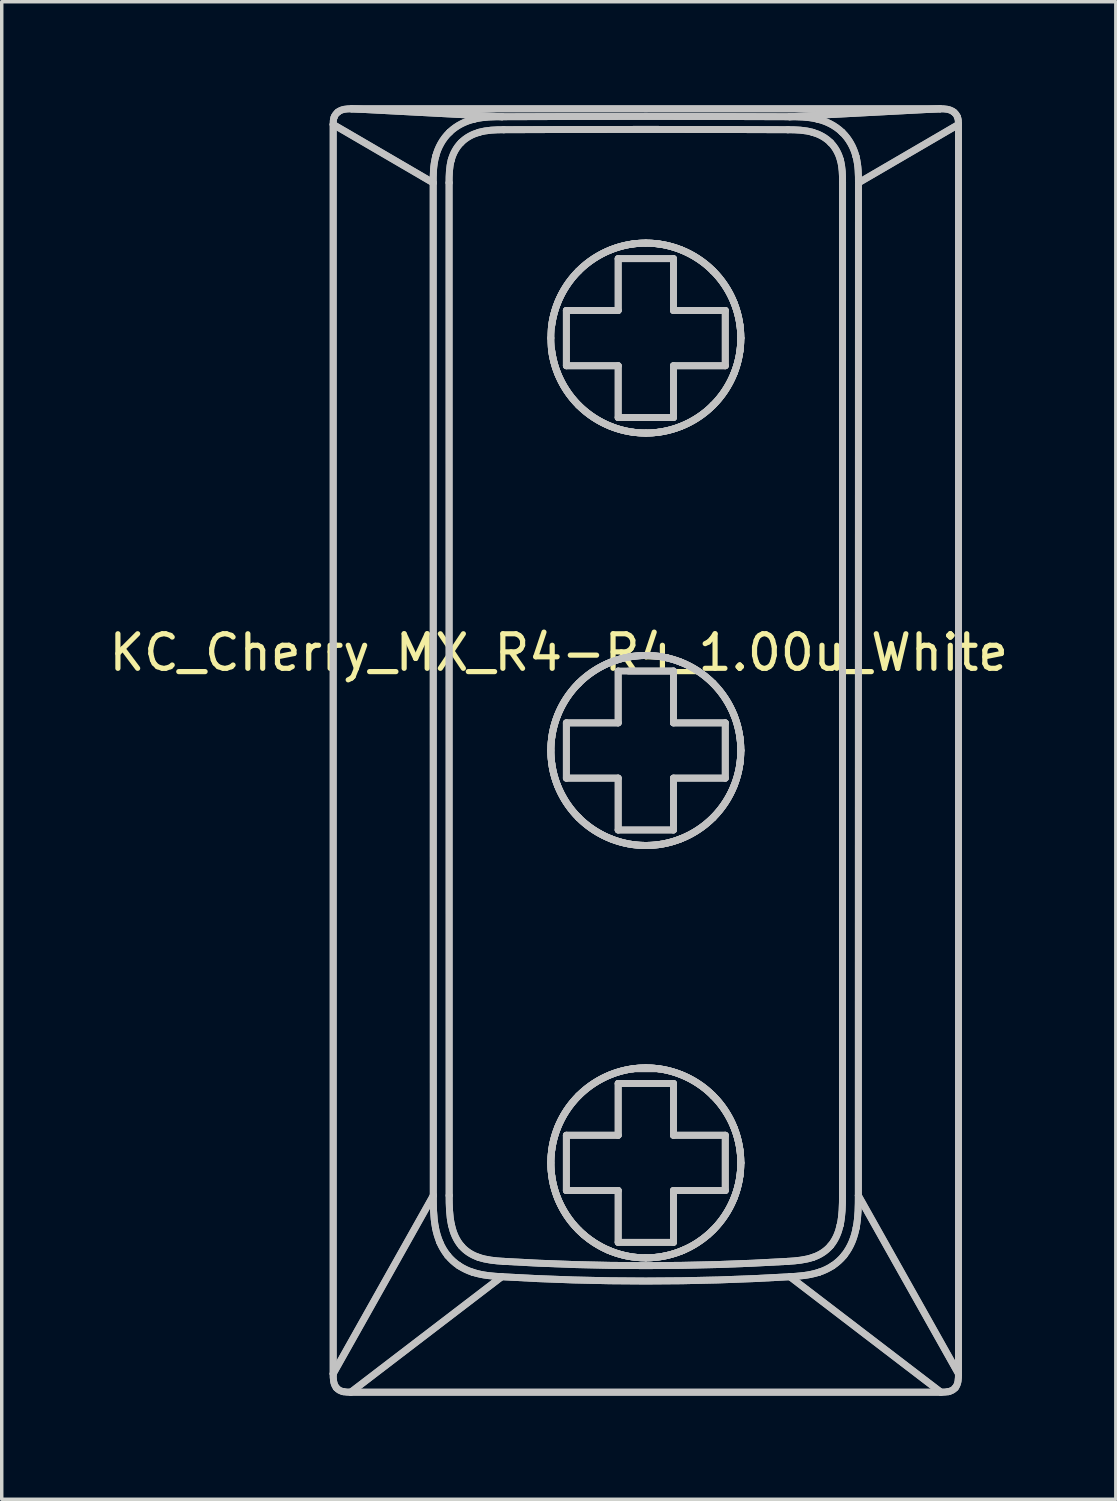
<source format=kicad_pcb>
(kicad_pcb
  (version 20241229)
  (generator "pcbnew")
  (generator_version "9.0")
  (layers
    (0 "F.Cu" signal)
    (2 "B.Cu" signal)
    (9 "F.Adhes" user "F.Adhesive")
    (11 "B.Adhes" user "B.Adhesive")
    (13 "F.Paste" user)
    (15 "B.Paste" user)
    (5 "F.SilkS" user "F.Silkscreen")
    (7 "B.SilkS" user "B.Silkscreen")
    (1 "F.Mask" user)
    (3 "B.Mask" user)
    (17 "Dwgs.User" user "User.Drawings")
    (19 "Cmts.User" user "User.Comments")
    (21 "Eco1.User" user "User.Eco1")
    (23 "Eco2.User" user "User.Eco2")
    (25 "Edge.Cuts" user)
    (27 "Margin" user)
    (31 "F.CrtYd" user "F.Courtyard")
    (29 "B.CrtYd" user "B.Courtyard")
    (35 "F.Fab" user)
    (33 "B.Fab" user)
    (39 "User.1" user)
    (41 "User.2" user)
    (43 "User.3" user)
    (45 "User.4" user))
  (footprint "KC_Cherry_MX_R4-R4_1.00u_White"
    (layer "F.Cu")
    (at 15.665 18.635)
    (property "Reference" "KC_Cherry_MX_R4-R4_1.00u_White" (at -2.54 -2.794 0) (layer "F.SilkS") (effects (font (size 1 1) (thickness 0.15))))
    (attr allow_missing_courtyard)
    (fp_line (start -9.07 -18.082) (end -9.07 18.081) (stroke (width 0.2) (type default)) (layer "Dwgs.User"))
    (fp_line (start -9.07 -18.082) (end -9.07 18.081) (stroke (width 0.2) (type default)) (layer "Dwgs.User"))
    (fp_line (start -9.07 -18.082) (end -6.175 -16.393) (stroke (width 0.2) (type default)) (layer "Dwgs.User"))
    (fp_line (start -9.07 -18.082) (end -6.175 -16.393) (stroke (width 0.2) (type default)) (layer "Dwgs.User"))
    (fp_line (start -9.07 18.081) (end -6.172 12.923) (stroke (width 0.2) (type default)) (layer "Dwgs.User"))
    (fp_line (start -9.07 18.081) (end -6.172 12.923) (stroke (width 0.2) (type default)) (layer "Dwgs.User"))
    (fp_line (start -8.56 18.615) (end -4.192 15.273) (stroke (width 0.2) (type default)) (layer "Dwgs.User"))
    (fp_line (start -8.56 18.615) (end -4.192 15.273) (stroke (width 0.2) (type default)) (layer "Dwgs.User"))
    (fp_line (start -8.56 18.615) (end 8.52 18.615) (stroke (width 0.2) (type default)) (layer "Dwgs.User"))
    (fp_line (start -8.56 18.615) (end 8.52 18.615) (stroke (width 0.2) (type default)) (layer "Dwgs.User"))
    (fp_line (start -8.539 -18.535) (end -4.181 -18.306) (stroke (width 0.2) (type default)) (layer "Dwgs.User"))
    (fp_line (start -8.539 -18.535) (end -4.181 -18.306) (stroke (width 0.2) (type default)) (layer "Dwgs.User"))
    (fp_line (start -6.172 12.923) (end -6.175 -16.393) (stroke (width 0.2) (type default)) (layer "Dwgs.User"))
    (fp_line (start -6.172 12.923) (end -6.175 -16.393) (stroke (width 0.2) (type default)) (layer "Dwgs.User"))
    (fp_line (start -5.713 12.921) (end -5.715 -16.395) (stroke (width 0.2) (type default)) (layer "Dwgs.User"))
    (fp_line (start -5.713 12.921) (end -5.715 -16.395) (stroke (width 0.2) (type default)) (layer "Dwgs.User"))
    (fp_line (start -2.32 -12.698) (end -0.82 -12.698) (stroke (width 0.2) (type default)) (layer "Dwgs.User"))
    (fp_line (start -2.32 -12.698) (end -0.82 -12.698) (stroke (width 0.2) (type default)) (layer "Dwgs.User"))
    (fp_line (start -2.32 -11.098) (end -2.32 -12.698) (stroke (width 0.2) (type default)) (layer "Dwgs.User"))
    (fp_line (start -2.32 -11.098) (end -2.32 -12.698) (stroke (width 0.2) (type default)) (layer "Dwgs.User"))
    (fp_line (start -2.32 -0.76) (end -0.82 -0.76) (stroke (width 0.2) (type default)) (layer "Dwgs.User"))
    (fp_line (start -2.32 -0.76) (end -0.82 -0.76) (stroke (width 0.2) (type default)) (layer "Dwgs.User"))
    (fp_line (start -2.32 0.84) (end -2.32 -0.76) (stroke (width 0.2) (type default)) (layer "Dwgs.User"))
    (fp_line (start -2.32 0.84) (end -2.32 -0.76) (stroke (width 0.2) (type default)) (layer "Dwgs.User"))
    (fp_line (start -2.32 11.178) (end -0.82 11.178) (stroke (width 0.2) (type default)) (layer "Dwgs.User"))
    (fp_line (start -2.32 11.178) (end -0.82 11.178) (stroke (width 0.2) (type default)) (layer "Dwgs.User"))
    (fp_line (start -2.32 12.778) (end -2.32 11.178) (stroke (width 0.2) (type default)) (layer "Dwgs.User"))
    (fp_line (start -2.32 12.778) (end -2.32 11.178) (stroke (width 0.2) (type default)) (layer "Dwgs.User"))
    (fp_line (start -0.82 -14.198) (end 0.78 -14.198) (stroke (width 0.2) (type default)) (layer "Dwgs.User"))
    (fp_line (start -0.82 -14.198) (end 0.78 -14.198) (stroke (width 0.2) (type default)) (layer "Dwgs.User"))
    (fp_line (start -0.82 -12.698) (end -0.82 -14.198) (stroke (width 0.2) (type default)) (layer "Dwgs.User"))
    (fp_line (start -0.82 -12.698) (end -0.82 -14.198) (stroke (width 0.2) (type default)) (layer "Dwgs.User"))
    (fp_line (start -0.82 -11.098) (end -2.32 -11.098) (stroke (width 0.2) (type default)) (layer "Dwgs.User"))
    (fp_line (start -0.82 -11.098) (end -2.32 -11.098) (stroke (width 0.2) (type default)) (layer "Dwgs.User"))
    (fp_line (start -0.82 -9.598) (end -0.82 -11.098) (stroke (width 0.2) (type default)) (layer "Dwgs.User"))
    (fp_line (start -0.82 -9.598) (end -0.82 -11.098) (stroke (width 0.2) (type default)) (layer "Dwgs.User"))
    (fp_line (start -0.82 -2.26) (end 0.78 -2.26) (stroke (width 0.2) (type default)) (layer "Dwgs.User"))
    (fp_line (start -0.82 -0.76) (end -0.82 -2.26) (stroke (width 0.2) (type default)) (layer "Dwgs.User"))
    (fp_line (start -0.82 -0.76) (end -0.82 -2.26) (stroke (width 0.2) (type default)) (layer "Dwgs.User"))
    (fp_line (start -0.82 0.84) (end -2.32 0.84) (stroke (width 0.2) (type default)) (layer "Dwgs.User"))
    (fp_line (start -0.82 0.84) (end -2.32 0.84) (stroke (width 0.2) (type default)) (layer "Dwgs.User"))
    (fp_line (start -0.82 2.34) (end -0.82 0.84) (stroke (width 0.2) (type default)) (layer "Dwgs.User"))
    (fp_line (start -0.82 2.34) (end -0.82 0.84) (stroke (width 0.2) (type default)) (layer "Dwgs.User"))
    (fp_line (start -0.82 9.678) (end 0.78 9.678) (stroke (width 0.2) (type default)) (layer "Dwgs.User"))
    (fp_line (start -0.82 9.678) (end 0.78 9.678) (stroke (width 0.2) (type default)) (layer "Dwgs.User"))
    (fp_line (start -0.82 11.178) (end -0.82 9.678) (stroke (width 0.2) (type default)) (layer "Dwgs.User"))
    (fp_line (start -0.82 11.178) (end -0.82 9.678) (stroke (width 0.2) (type default)) (layer "Dwgs.User"))
    (fp_line (start -0.82 12.778) (end -2.32 12.778) (stroke (width 0.2) (type default)) (layer "Dwgs.User"))
    (fp_line (start -0.82 12.778) (end -2.32 12.778) (stroke (width 0.2) (type default)) (layer "Dwgs.User"))
    (fp_line (start -0.82 14.278) (end -0.82 12.778) (stroke (width 0.2) (type default)) (layer "Dwgs.User"))
    (fp_line (start -0.82 14.278) (end -0.82 12.778) (stroke (width 0.2) (type default)) (layer "Dwgs.User"))
    (fp_line (start -0.52 -2.26) (end 0.78 -2.26) (stroke (width 0.2) (type default)) (layer "Dwgs.User"))
    (fp_line (start -0.395 9.253) (end 0.355 9.253) (stroke (width 0.2) (type default)) (layer "Dwgs.User"))
    (fp_line (start 0.78 -14.198) (end 0.78 -12.698) (stroke (width 0.2) (type default)) (layer "Dwgs.User"))
    (fp_line (start 0.78 -14.198) (end 0.78 -12.698) (stroke (width 0.2) (type default)) (layer "Dwgs.User"))
    (fp_line (start 0.78 -12.698) (end 2.28 -12.698) (stroke (width 0.2) (type default)) (layer "Dwgs.User"))
    (fp_line (start 0.78 -12.698) (end 2.28 -12.698) (stroke (width 0.2) (type default)) (layer "Dwgs.User"))
    (fp_line (start 0.78 -11.098) (end 0.78 -9.598) (stroke (width 0.2) (type default)) (layer "Dwgs.User"))
    (fp_line (start 0.78 -11.098) (end 0.78 -9.598) (stroke (width 0.2) (type default)) (layer "Dwgs.User"))
    (fp_line (start 0.78 -9.598) (end -0.82 -9.598) (stroke (width 0.2) (type default)) (layer "Dwgs.User"))
    (fp_line (start 0.78 -9.598) (end -0.82 -9.598) (stroke (width 0.2) (type default)) (layer "Dwgs.User"))
    (fp_line (start 0.78 -2.26) (end 0.78 -0.76) (stroke (width 0.2) (type default)) (layer "Dwgs.User"))
    (fp_line (start 0.78 -2.26) (end 0.78 -0.76) (stroke (width 0.2) (type default)) (layer "Dwgs.User"))
    (fp_line (start 0.78 -0.76) (end 2.28 -0.76) (stroke (width 0.2) (type default)) (layer "Dwgs.User"))
    (fp_line (start 0.78 -0.76) (end 2.28 -0.76) (stroke (width 0.2) (type default)) (layer "Dwgs.User"))
    (fp_line (start 0.78 0.84) (end 0.78 2.34) (stroke (width 0.2) (type default)) (layer "Dwgs.User"))
    (fp_line (start 0.78 0.84) (end 0.78 2.34) (stroke (width 0.2) (type default)) (layer "Dwgs.User"))
    (fp_line (start 0.78 2.34) (end -0.82 2.34) (stroke (width 0.2) (type default)) (layer "Dwgs.User"))
    (fp_line (start 0.78 2.34) (end -0.82 2.34) (stroke (width 0.2) (type default)) (layer "Dwgs.User"))
    (fp_line (start 0.78 9.678) (end 0.78 11.178) (stroke (width 0.2) (type default)) (layer "Dwgs.User"))
    (fp_line (start 0.78 9.678) (end 0.78 11.178) (stroke (width 0.2) (type default)) (layer "Dwgs.User"))
    (fp_line (start 0.78 11.178) (end 2.28 11.178) (stroke (width 0.2) (type default)) (layer "Dwgs.User"))
    (fp_line (start 0.78 11.178) (end 2.28 11.178) (stroke (width 0.2) (type default)) (layer "Dwgs.User"))
    (fp_line (start 0.78 12.778) (end 0.78 14.278) (stroke (width 0.2) (type default)) (layer "Dwgs.User"))
    (fp_line (start 0.78 12.778) (end 0.78 14.278) (stroke (width 0.2) (type default)) (layer "Dwgs.User"))
    (fp_line (start 0.78 14.278) (end -0.82 14.278) (stroke (width 0.2) (type default)) (layer "Dwgs.User"))
    (fp_line (start 0.78 14.278) (end -0.82 14.278) (stroke (width 0.2) (type default)) (layer "Dwgs.User"))
    (fp_line (start 2.28 -12.698) (end 2.28 -11.098) (stroke (width 0.2) (type default)) (layer "Dwgs.User"))
    (fp_line (start 2.28 -12.698) (end 2.28 -11.098) (stroke (width 0.2) (type default)) (layer "Dwgs.User"))
    (fp_line (start 2.28 -11.098) (end 0.78 -11.098) (stroke (width 0.2) (type default)) (layer "Dwgs.User"))
    (fp_line (start 2.28 -11.098) (end 0.78 -11.098) (stroke (width 0.2) (type default)) (layer "Dwgs.User"))
    (fp_line (start 2.28 -0.76) (end 2.28 0.84) (stroke (width 0.2) (type default)) (layer "Dwgs.User"))
    (fp_line (start 2.28 -0.76) (end 2.28 0.84) (stroke (width 0.2) (type default)) (layer "Dwgs.User"))
    (fp_line (start 2.28 0.84) (end 0.78 0.84) (stroke (width 0.2) (type default)) (layer "Dwgs.User"))
    (fp_line (start 2.28 0.84) (end 0.78 0.84) (stroke (width 0.2) (type default)) (layer "Dwgs.User"))
    (fp_line (start 2.28 11.178) (end 2.28 12.778) (stroke (width 0.2) (type default)) (layer "Dwgs.User"))
    (fp_line (start 2.28 11.178) (end 2.28 12.778) (stroke (width 0.2) (type default)) (layer "Dwgs.User"))
    (fp_line (start 2.28 12.778) (end 0.78 12.778) (stroke (width 0.2) (type default)) (layer "Dwgs.User"))
    (fp_line (start 2.28 12.778) (end 0.78 12.778) (stroke (width 0.2) (type default)) (layer "Dwgs.User"))
    (fp_line (start 4.152 15.273) (end 8.52 18.615) (stroke (width 0.2) (type default)) (layer "Dwgs.User"))
    (fp_line (start 4.152 15.273) (end 8.52 18.615) (stroke (width 0.2) (type default)) (layer "Dwgs.User"))
    (fp_line (start 5.675 -16.395) (end 5.673 12.921) (stroke (width 0.2) (type default)) (layer "Dwgs.User"))
    (fp_line (start 5.675 -16.395) (end 5.673 12.921) (stroke (width 0.2) (type default)) (layer "Dwgs.User"))
    (fp_line (start 6.132 12.923) (end 9.03 18.081) (stroke (width 0.2) (type default)) (layer "Dwgs.User"))
    (fp_line (start 6.132 12.923) (end 9.03 18.081) (stroke (width 0.2) (type default)) (layer "Dwgs.User"))
    (fp_line (start 6.135 -16.393) (end 6.132 12.923) (stroke (width 0.2) (type default)) (layer "Dwgs.User"))
    (fp_line (start 6.135 -16.393) (end 6.132 12.923) (stroke (width 0.2) (type default)) (layer "Dwgs.User"))
    (fp_line (start 8.499 -18.535) (end -8.539 -18.535) (stroke (width 0.2) (type default)) (layer "Dwgs.User"))
    (fp_line (start 8.499 -18.535) (end -8.539 -18.535) (stroke (width 0.2) (type default)) (layer "Dwgs.User"))
    (fp_line (start 8.499 -18.535) (end 4.141 -18.306) (stroke (width 0.2) (type default)) (layer "Dwgs.User"))
    (fp_line (start 8.499 -18.535) (end 4.141 -18.306) (stroke (width 0.2) (type default)) (layer "Dwgs.User"))
    (fp_line (start 9.03 -18.082) (end 6.135 -16.393) (stroke (width 0.2) (type default)) (layer "Dwgs.User"))
    (fp_line (start 9.03 -18.082) (end 6.135 -16.393) (stroke (width 0.2) (type default)) (layer "Dwgs.User"))
    (fp_line (start 9.03 18.081) (end 9.03 -18.082) (stroke (width 0.2) (type default)) (layer "Dwgs.User"))
    (fp_line (start 9.03 18.081) (end 9.03 -18.082) (stroke (width 0.2) (type default)) (layer "Dwgs.User"))
    (fp_curve (pts (xy -9.07 18.081) (xy -9.07 18.22) (xy -9.069 18.374) (xy -8.977 18.487)) (stroke (width 0.2) (type default)) (layer "Dwgs.User"))
    (fp_curve (pts (xy -9.07 18.081) (xy -9.07 18.22) (xy -9.069 18.374) (xy -8.977 18.487)) (stroke (width 0.2) (type default)) (layer "Dwgs.User"))
    (fp_curve (pts (xy -9.04 -18.3) (xy -9.068 -18.231) (xy -9.071 -18.155) (xy -9.07 -18.082)) (stroke (width 0.2) (type default)) (layer "Dwgs.User"))
    (fp_curve (pts (xy -9.04 -18.3) (xy -9.068 -18.231) (xy -9.071 -18.155) (xy -9.07 -18.082)) (stroke (width 0.2) (type default)) (layer "Dwgs.User"))
    (fp_curve (pts (xy -8.977 18.487) (xy -8.927 18.548) (xy -8.853 18.584) (xy -8.777 18.6)) (stroke (width 0.2) (type default)) (layer "Dwgs.User"))
    (fp_curve (pts (xy -8.977 18.487) (xy -8.927 18.548) (xy -8.853 18.584) (xy -8.777 18.6)) (stroke (width 0.2) (type default)) (layer "Dwgs.User"))
    (fp_curve (pts (xy -8.934 -18.44) (xy -8.982 -18.403) (xy -9.017 -18.356) (xy -9.04 -18.3)) (stroke (width 0.2) (type default)) (layer "Dwgs.User"))
    (fp_curve (pts (xy -8.934 -18.44) (xy -8.982 -18.403) (xy -9.017 -18.356) (xy -9.04 -18.3)) (stroke (width 0.2) (type default)) (layer "Dwgs.User"))
    (fp_curve (pts (xy -8.777 18.6) (xy -8.705 18.612) (xy -8.633 18.617) (xy -8.56 18.615)) (stroke (width 0.2) (type default)) (layer "Dwgs.User"))
    (fp_curve (pts (xy -8.777 18.6) (xy -8.705 18.612) (xy -8.633 18.617) (xy -8.56 18.615)) (stroke (width 0.2) (type default)) (layer "Dwgs.User"))
    (fp_curve (pts (xy -8.539 -18.535) (xy -8.675 -18.537) (xy -8.823 -18.528) (xy -8.934 -18.44)) (stroke (width 0.2) (type default)) (layer "Dwgs.User"))
    (fp_curve (pts (xy -8.539 -18.535) (xy -8.675 -18.537) (xy -8.823 -18.528) (xy -8.934 -18.44)) (stroke (width 0.2) (type default)) (layer "Dwgs.User"))
    (fp_curve (pts (xy -6.175 -16.393) (xy -6.175 -16.614) (xy -6.177 -16.877) (xy -6.102 -17.162)) (stroke (width 0.2) (type default)) (layer "Dwgs.User"))
    (fp_curve (pts (xy -6.175 -16.393) (xy -6.175 -16.614) (xy -6.177 -16.877) (xy -6.102 -17.162)) (stroke (width 0.2) (type default)) (layer "Dwgs.User"))
    (fp_curve (pts (xy -6.109 13.856) (xy -6.173 13.52) (xy -6.171 13.211) (xy -6.172 12.923)) (stroke (width 0.2) (type default)) (layer "Dwgs.User"))
    (fp_curve (pts (xy -6.109 13.856) (xy -6.173 13.52) (xy -6.171 13.211) (xy -6.172 12.923)) (stroke (width 0.2) (type default)) (layer "Dwgs.User"))
    (fp_curve (pts (xy -6.102 -17.162) (xy -6.038 -17.411) (xy -5.9 -17.669) (xy -5.7 -17.858)) (stroke (width 0.2) (type default)) (layer "Dwgs.User"))
    (fp_curve (pts (xy -6.102 -17.162) (xy -6.038 -17.411) (xy -5.9 -17.669) (xy -5.7 -17.858)) (stroke (width 0.2) (type default)) (layer "Dwgs.User"))
    (fp_curve (pts (xy -5.982 14.28) (xy -6.041 14.136) (xy -6.083 13.994) (xy -6.109 13.856)) (stroke (width 0.2) (type default)) (layer "Dwgs.User"))
    (fp_curve (pts (xy -5.982 14.28) (xy -6.041 14.136) (xy -6.083 13.994) (xy -6.109 13.856)) (stroke (width 0.2) (type default)) (layer "Dwgs.User"))
    (fp_curve (pts (xy -5.757 14.657) (xy -5.853 14.536) (xy -5.927 14.41) (xy -5.982 14.28)) (stroke (width 0.2) (type default)) (layer "Dwgs.User"))
    (fp_curve (pts (xy -5.757 14.657) (xy -5.853 14.536) (xy -5.927 14.41) (xy -5.982 14.28)) (stroke (width 0.2) (type default)) (layer "Dwgs.User"))
    (fp_curve (pts (xy -5.715 -16.395) (xy -5.715 -16.617) (xy -5.71 -16.842) (xy -5.651 -17.056)) (stroke (width 0.2) (type default)) (layer "Dwgs.User"))
    (fp_curve (pts (xy -5.715 -16.395) (xy -5.715 -16.617) (xy -5.71 -16.842) (xy -5.651 -17.056)) (stroke (width 0.2) (type default)) (layer "Dwgs.User"))
    (fp_curve (pts (xy -5.7 -17.858) (xy -5.492 -18.059) (xy -5.234 -18.178) (xy -4.991 -18.236)) (stroke (width 0.2) (type default)) (layer "Dwgs.User"))
    (fp_curve (pts (xy -5.7 -17.858) (xy -5.492 -18.059) (xy -5.234 -18.178) (xy -4.991 -18.236)) (stroke (width 0.2) (type default)) (layer "Dwgs.User"))
    (fp_curve (pts (xy -5.651 -17.056) (xy -5.6 -17.244) (xy -5.504 -17.42) (xy -5.369 -17.556)) (stroke (width 0.2) (type default)) (layer "Dwgs.User"))
    (fp_curve (pts (xy -5.651 -17.056) (xy -5.6 -17.244) (xy -5.504 -17.42) (xy -5.369 -17.556)) (stroke (width 0.2) (type default)) (layer "Dwgs.User"))
    (fp_curve (pts (xy -5.645 13.779) (xy -5.707 13.498) (xy -5.713 13.208) (xy -5.713 12.921)) (stroke (width 0.2) (type default)) (layer "Dwgs.User"))
    (fp_curve (pts (xy -5.645 13.779) (xy -5.707 13.498) (xy -5.713 13.208) (xy -5.713 12.921)) (stroke (width 0.2) (type default)) (layer "Dwgs.User"))
    (fp_curve (pts (xy -5.428 14.955) (xy -5.55 14.875) (xy -5.665 14.771) (xy -5.757 14.657)) (stroke (width 0.2) (type default)) (layer "Dwgs.User"))
    (fp_curve (pts (xy -5.428 14.955) (xy -5.55 14.875) (xy -5.665 14.771) (xy -5.757 14.657)) (stroke (width 0.2) (type default)) (layer "Dwgs.User"))
    (fp_curve (pts (xy -5.369 -17.556) (xy -5.226 -17.701) (xy -5.044 -17.799) (xy -4.851 -17.854)) (stroke (width 0.2) (type default)) (layer "Dwgs.User"))
    (fp_curve (pts (xy -5.369 -17.556) (xy -5.226 -17.701) (xy -5.044 -17.799) (xy -4.851 -17.854)) (stroke (width 0.2) (type default)) (layer "Dwgs.User"))
    (fp_curve (pts (xy -5.366 14.377) (xy -5.51 14.208) (xy -5.597 13.996) (xy -5.645 13.779)) (stroke (width 0.2) (type default)) (layer "Dwgs.User"))
    (fp_curve (pts (xy -5.366 14.377) (xy -5.51 14.208) (xy -5.597 13.996) (xy -5.645 13.779)) (stroke (width 0.2) (type default)) (layer "Dwgs.User"))
    (fp_curve (pts (xy -5.034 15.143) (xy -5.166 15.101) (xy -5.298 15.039) (xy -5.428 14.955)) (stroke (width 0.2) (type default)) (layer "Dwgs.User"))
    (fp_curve (pts (xy -5.034 15.143) (xy -5.166 15.101) (xy -5.298 15.039) (xy -5.428 14.955)) (stroke (width 0.2) (type default)) (layer "Dwgs.User"))
    (fp_curve (pts (xy -4.991 -18.236) (xy -4.698 -18.307) (xy -4.424 -18.305) (xy -4.181 -18.306)) (stroke (width 0.2) (type default)) (layer "Dwgs.User"))
    (fp_curve (pts (xy -4.991 -18.236) (xy -4.698 -18.307) (xy -4.424 -18.305) (xy -4.181 -18.306)) (stroke (width 0.2) (type default)) (layer "Dwgs.User"))
    (fp_curve (pts (xy -4.863 14.71) (xy -5.055 14.645) (xy -5.234 14.533) (xy -5.366 14.377)) (stroke (width 0.2) (type default)) (layer "Dwgs.User"))
    (fp_curve (pts (xy -4.863 14.71) (xy -5.055 14.645) (xy -5.234 14.533) (xy -5.366 14.377)) (stroke (width 0.2) (type default)) (layer "Dwgs.User"))
    (fp_curve (pts (xy -4.851 -17.854) (xy -4.619 -17.921) (xy -4.375 -17.929) (xy -4.134 -17.93)) (stroke (width 0.2) (type default)) (layer "Dwgs.User"))
    (fp_curve (pts (xy -4.851 -17.854) (xy -4.619 -17.921) (xy -4.375 -17.929) (xy -4.134 -17.93)) (stroke (width 0.2) (type default)) (layer "Dwgs.User"))
    (fp_curve (pts (xy -4.192 15.273) (xy -4.443 15.256) (xy -4.724 15.242) (xy -5.034 15.143)) (stroke (width 0.2) (type default)) (layer "Dwgs.User"))
    (fp_curve (pts (xy -4.192 15.273) (xy -4.443 15.256) (xy -4.724 15.242) (xy -5.034 15.143)) (stroke (width 0.2) (type default)) (layer "Dwgs.User"))
    (fp_curve (pts (xy -4.181 -18.306) (xy -1.421 -18.318) (xy 1.381 -18.318) (xy 4.141 -18.306)) (stroke (width 0.2) (type default)) (layer "Dwgs.User"))
    (fp_curve (pts (xy -4.181 -18.306) (xy -1.421 -18.318) (xy 1.381 -18.318) (xy 4.141 -18.306)) (stroke (width 0.2) (type default)) (layer "Dwgs.User"))
    (fp_curve (pts (xy -4.134 -17.93) (xy -1.405 -17.942) (xy 1.365 -17.942) (xy 4.094 -17.93)) (stroke (width 0.2) (type default)) (layer "Dwgs.User"))
    (fp_curve (pts (xy -4.134 -17.93) (xy -1.405 -17.942) (xy 1.365 -17.942) (xy 4.094 -17.93)) (stroke (width 0.2) (type default)) (layer "Dwgs.User"))
    (fp_curve (pts (xy -4.131 14.828) (xy -4.379 14.813) (xy -4.628 14.791) (xy -4.863 14.71)) (stroke (width 0.2) (type default)) (layer "Dwgs.User"))
    (fp_curve (pts (xy -4.131 14.828) (xy -4.379 14.813) (xy -4.628 14.791) (xy -4.863 14.71)) (stroke (width 0.2) (type default)) (layer "Dwgs.User"))
    (fp_curve (pts (xy -2.77 -11.899) (xy -2.77 -11.575) (xy -2.711 -11.225) (xy -2.577 -10.886)) (stroke (width 0.2) (type default)) (layer "Dwgs.User"))
    (fp_curve (pts (xy -2.77 -11.899) (xy -2.77 -11.575) (xy -2.711 -11.225) (xy -2.577 -10.886)) (stroke (width 0.2) (type default)) (layer "Dwgs.User"))
    (fp_curve (pts (xy -2.77 0.039) (xy -2.77 0.363) (xy -2.711 0.713) (xy -2.577 1.052)) (stroke (width 0.2) (type default)) (layer "Dwgs.User"))
    (fp_curve (pts (xy -2.77 0.039) (xy -2.77 0.363) (xy -2.711 0.713) (xy -2.577 1.052)) (stroke (width 0.2) (type default)) (layer "Dwgs.User"))
    (fp_curve (pts (xy -2.77 11.977) (xy -2.77 12.301) (xy -2.711 12.651) (xy -2.577 12.99)) (stroke (width 0.2) (type default)) (layer "Dwgs.User"))
    (fp_curve (pts (xy -2.77 11.977) (xy -2.77 12.301) (xy -2.711 12.651) (xy -2.577 12.99)) (stroke (width 0.2) (type default)) (layer "Dwgs.User"))
    (fp_curve (pts (xy -2.744 0.414) (xy -2.665 1.003) (xy -2.386 1.564) (xy -1.965 1.984)) (stroke (width 0.2) (type default)) (layer "Dwgs.User"))
    (fp_curve (pts (xy -2.744 0.414) (xy -2.665 1.003) (xy -2.386 1.564) (xy -1.965 1.984)) (stroke (width 0.2) (type default)) (layer "Dwgs.User"))
    (fp_curve (pts (xy -2.744 -12.274) (xy -2.664 -12.863) (xy -2.386 -13.424) (xy -1.965 -13.843)) (stroke (width 0.2) (type default)) (layer "Dwgs.User"))
    (fp_curve (pts (xy -2.744 -12.274) (xy -2.664 -12.863) (xy -2.386 -13.424) (xy -1.965 -13.843)) (stroke (width 0.2) (type default)) (layer "Dwgs.User"))
    (fp_curve (pts (xy -2.744 -0.336) (xy -2.779 -0.086) (xy -2.779 0.164) (xy -2.744 0.414)) (stroke (width 0.2) (type default)) (layer "Dwgs.User"))
    (fp_curve (pts (xy -2.744 -0.336) (xy -2.779 -0.086) (xy -2.779 0.164) (xy -2.744 0.414)) (stroke (width 0.2) (type default)) (layer "Dwgs.User"))
    (fp_curve (pts (xy -2.744 11.602) (xy -2.779 11.852) (xy -2.779 12.102) (xy -2.744 12.352)) (stroke (width 0.2) (type default)) (layer "Dwgs.User"))
    (fp_curve (pts (xy -2.744 11.602) (xy -2.779 11.852) (xy -2.779 12.102) (xy -2.744 12.352)) (stroke (width 0.2) (type default)) (layer "Dwgs.User"))
    (fp_curve (pts (xy -2.744 11.602) (xy -2.664 11.013) (xy -2.386 10.452) (xy -1.965 10.033)) (stroke (width 0.2) (type default)) (layer "Dwgs.User"))
    (fp_curve (pts (xy -2.744 11.602) (xy -2.664 11.013) (xy -2.386 10.452) (xy -1.965 10.033)) (stroke (width 0.2) (type default)) (layer "Dwgs.User"))
    (fp_curve (pts (xy -2.577 -12.911) (xy -2.711 -12.572) (xy -2.77 -12.222) (xy -2.77 -11.899)) (stroke (width 0.2) (type default)) (layer "Dwgs.User"))
    (fp_curve (pts (xy -2.577 -12.911) (xy -2.711 -12.572) (xy -2.77 -12.222) (xy -2.77 -11.899)) (stroke (width 0.2) (type default)) (layer "Dwgs.User"))
    (fp_curve (pts (xy -2.577 -10.886) (xy -2.444 -10.548) (xy -2.234 -10.222) (xy -1.965 -9.954)) (stroke (width 0.2) (type default)) (layer "Dwgs.User"))
    (fp_curve (pts (xy -2.577 -10.886) (xy -2.444 -10.548) (xy -2.234 -10.222) (xy -1.965 -9.954)) (stroke (width 0.2) (type default)) (layer "Dwgs.User"))
    (fp_curve (pts (xy -2.577 -0.973) (xy -2.711 -0.634) (xy -2.77 -0.284) (xy -2.77 0.039)) (stroke (width 0.2) (type default)) (layer "Dwgs.User"))
    (fp_curve (pts (xy -2.577 -0.973) (xy -2.711 -0.634) (xy -2.77 -0.284) (xy -2.77 0.039)) (stroke (width 0.2) (type default)) (layer "Dwgs.User"))
    (fp_curve (pts (xy -2.577 1.052) (xy -2.444 1.39) (xy -2.234 1.716) (xy -1.965 1.984)) (stroke (width 0.2) (type default)) (layer "Dwgs.User"))
    (fp_curve (pts (xy -2.577 1.052) (xy -2.444 1.39) (xy -2.234 1.716) (xy -1.965 1.984)) (stroke (width 0.2) (type default)) (layer "Dwgs.User"))
    (fp_curve (pts (xy -2.577 10.965) (xy -2.711 11.304) (xy -2.77 11.654) (xy -2.77 11.977)) (stroke (width 0.2) (type default)) (layer "Dwgs.User"))
    (fp_curve (pts (xy -2.577 10.965) (xy -2.711 11.304) (xy -2.77 11.654) (xy -2.77 11.977)) (stroke (width 0.2) (type default)) (layer "Dwgs.User"))
    (fp_curve (pts (xy -2.577 12.99) (xy -2.444 13.328) (xy -2.234 13.654) (xy -1.965 13.922)) (stroke (width 0.2) (type default)) (layer "Dwgs.User"))
    (fp_curve (pts (xy -2.577 12.99) (xy -2.444 13.328) (xy -2.234 13.654) (xy -1.965 13.922)) (stroke (width 0.2) (type default)) (layer "Dwgs.User"))
    (fp_curve (pts (xy -1.965 -13.843) (xy -2.234 -13.575) (xy -2.444 -13.249) (xy -2.577 -12.911)) (stroke (width 0.2) (type default)) (layer "Dwgs.User"))
    (fp_curve (pts (xy -1.965 -13.843) (xy -2.234 -13.575) (xy -2.444 -13.249) (xy -2.577 -12.911)) (stroke (width 0.2) (type default)) (layer "Dwgs.User"))
    (fp_curve (pts (xy -1.965 -13.843) (xy -1.545 -14.265) (xy -0.984 -14.543) (xy -0.395 -14.623)) (stroke (width 0.2) (type default)) (layer "Dwgs.User"))
    (fp_curve (pts (xy -1.965 -13.843) (xy -1.545 -14.265) (xy -0.984 -14.543) (xy -0.395 -14.623)) (stroke (width 0.2) (type default)) (layer "Dwgs.User"))
    (fp_curve (pts (xy -1.965 -9.954) (xy -2.386 -10.374) (xy -2.665 -10.935) (xy -2.744 -11.524)) (stroke (width 0.2) (type default)) (layer "Dwgs.User"))
    (fp_curve (pts (xy -1.965 -9.954) (xy -2.386 -10.374) (xy -2.665 -10.935) (xy -2.744 -11.524)) (stroke (width 0.2) (type default)) (layer "Dwgs.User"))
    (fp_curve (pts (xy -1.965 -9.954) (xy -1.696 -9.685) (xy -1.371 -9.475) (xy -1.032 -9.342)) (stroke (width 0.2) (type default)) (layer "Dwgs.User"))
    (fp_curve (pts (xy -1.965 -9.954) (xy -1.696 -9.685) (xy -1.371 -9.475) (xy -1.032 -9.342)) (stroke (width 0.2) (type default)) (layer "Dwgs.User"))
    (fp_curve (pts (xy -1.965 -1.905) (xy -2.386 -1.486) (xy -2.664 -0.925) (xy -2.744 -0.336)) (stroke (width 0.2) (type default)) (layer "Dwgs.User"))
    (fp_curve (pts (xy -1.965 -1.905) (xy -2.386 -1.486) (xy -2.664 -0.925) (xy -2.744 -0.336)) (stroke (width 0.2) (type default)) (layer "Dwgs.User"))
    (fp_curve (pts (xy -1.965 -1.905) (xy -2.234 -1.637) (xy -2.444 -1.311) (xy -2.577 -0.973)) (stroke (width 0.2) (type default)) (layer "Dwgs.User"))
    (fp_curve (pts (xy -1.965 -1.905) (xy -2.234 -1.637) (xy -2.444 -1.311) (xy -2.577 -0.973)) (stroke (width 0.2) (type default)) (layer "Dwgs.User"))
    (fp_curve (pts (xy -1.965 1.984) (xy -1.696 2.253) (xy -1.371 2.463) (xy -1.032 2.596)) (stroke (width 0.2) (type default)) (layer "Dwgs.User"))
    (fp_curve (pts (xy -1.965 1.984) (xy -1.696 2.253) (xy -1.371 2.463) (xy -1.032 2.596)) (stroke (width 0.2) (type default)) (layer "Dwgs.User"))
    (fp_curve (pts (xy -1.965 1.984) (xy -1.545 2.406) (xy -0.984 2.684) (xy -0.395 2.764)) (stroke (width 0.2) (type default)) (layer "Dwgs.User"))
    (fp_curve (pts (xy -1.965 1.984) (xy -1.545 2.406) (xy -0.984 2.684) (xy -0.395 2.764)) (stroke (width 0.2) (type default)) (layer "Dwgs.User"))
    (fp_curve (pts (xy -1.965 10.033) (xy -2.234 10.301) (xy -2.444 10.627) (xy -2.577 10.965)) (stroke (width 0.2) (type default)) (layer "Dwgs.User"))
    (fp_curve (pts (xy -1.965 10.033) (xy -2.234 10.301) (xy -2.444 10.627) (xy -2.577 10.965)) (stroke (width 0.2) (type default)) (layer "Dwgs.User"))
    (fp_curve (pts (xy -1.965 10.033) (xy -1.545 9.611) (xy -0.984 9.333) (xy -0.395 9.253)) (stroke (width 0.2) (type default)) (layer "Dwgs.User"))
    (fp_curve (pts (xy -1.965 10.033) (xy -1.545 9.611) (xy -0.984 9.333) (xy -0.395 9.253)) (stroke (width 0.2) (type default)) (layer "Dwgs.User"))
    (fp_curve (pts (xy -1.965 13.922) (xy -1.696 14.191) (xy -1.371 14.401) (xy -1.032 14.534)) (stroke (width 0.2) (type default)) (layer "Dwgs.User"))
    (fp_curve (pts (xy -1.965 13.922) (xy -1.696 14.191) (xy -1.371 14.401) (xy -1.032 14.534)) (stroke (width 0.2) (type default)) (layer "Dwgs.User"))
    (fp_curve (pts (xy -1.815 14.06) (xy -2.32 13.628) (xy -2.656 13.009) (xy -2.744 12.352)) (stroke (width 0.2) (type default)) (layer "Dwgs.User"))
    (fp_curve (pts (xy -1.815 14.06) (xy -2.32 13.628) (xy -2.656 13.009) (xy -2.744 12.352)) (stroke (width 0.2) (type default)) (layer "Dwgs.User"))
    (fp_curve (pts (xy -1.815 14.06) (xy -1.632 14.219) (xy -1.398 14.378) (xy -1.111 14.502)) (stroke (width 0.2) (type default)) (layer "Dwgs.User"))
    (fp_curve (pts (xy -1.815 14.06) (xy -1.632 14.219) (xy -1.398 14.378) (xy -1.111 14.502)) (stroke (width 0.2) (type default)) (layer "Dwgs.User"))
    (fp_curve (pts (xy -1.111 14.502) (xy -0.815 14.63) (xy -0.444 14.727) (xy -0.02 14.727)) (stroke (width 0.2) (type default)) (layer "Dwgs.User"))
    (fp_curve (pts (xy -1.111 14.502) (xy -0.815 14.63) (xy -0.444 14.727) (xy -0.02 14.727)) (stroke (width 0.2) (type default)) (layer "Dwgs.User"))
    (fp_curve (pts (xy -1.032 -14.456) (xy -1.371 -14.322) (xy -1.696 -14.112) (xy -1.965 -13.843)) (stroke (width 0.2) (type default)) (layer "Dwgs.User"))
    (fp_curve (pts (xy -1.032 -14.456) (xy -1.371 -14.322) (xy -1.696 -14.112) (xy -1.965 -13.843)) (stroke (width 0.2) (type default)) (layer "Dwgs.User"))
    (fp_curve (pts (xy -1.032 -9.342) (xy -0.693 -9.207) (xy -0.344 -9.148) (xy -0.02 -9.149)) (stroke (width 0.2) (type default)) (layer "Dwgs.User"))
    (fp_curve (pts (xy -1.032 -9.342) (xy -0.693 -9.207) (xy -0.344 -9.148) (xy -0.02 -9.149)) (stroke (width 0.2) (type default)) (layer "Dwgs.User"))
    (fp_curve (pts (xy -1.032 -2.518) (xy -1.371 -2.384) (xy -1.696 -2.174) (xy -1.965 -1.905)) (stroke (width 0.2) (type default)) (layer "Dwgs.User"))
    (fp_curve (pts (xy -1.032 -2.518) (xy -1.371 -2.384) (xy -1.696 -2.174) (xy -1.965 -1.905)) (stroke (width 0.2) (type default)) (layer "Dwgs.User"))
    (fp_curve (pts (xy -1.032 2.596) (xy -0.693 2.731) (xy -0.344 2.79) (xy -0.02 2.789)) (stroke (width 0.2) (type default)) (layer "Dwgs.User"))
    (fp_curve (pts (xy -1.032 2.596) (xy -0.693 2.731) (xy -0.344 2.79) (xy -0.02 2.789)) (stroke (width 0.2) (type default)) (layer "Dwgs.User"))
    (fp_curve (pts (xy -1.032 9.42) (xy -1.371 9.554) (xy -1.696 9.764) (xy -1.965 10.033)) (stroke (width 0.2) (type default)) (layer "Dwgs.User"))
    (fp_curve (pts (xy -1.032 9.42) (xy -1.371 9.554) (xy -1.696 9.764) (xy -1.965 10.033)) (stroke (width 0.2) (type default)) (layer "Dwgs.User"))
    (fp_curve (pts (xy -1.032 14.534) (xy -0.693 14.669) (xy -0.344 14.728) (xy -0.02 14.727)) (stroke (width 0.2) (type default)) (layer "Dwgs.User"))
    (fp_curve (pts (xy -1.032 14.534) (xy -0.693 14.669) (xy -0.344 14.728) (xy -0.02 14.727)) (stroke (width 0.2) (type default)) (layer "Dwgs.User"))
    (fp_curve (pts (xy -0.395 -14.623) (xy -0.145 -14.657) (xy 0.105 -14.657) (xy 0.355 -14.623)) (stroke (width 0.2) (type default)) (layer "Dwgs.User"))
    (fp_curve (pts (xy -0.395 -14.623) (xy -0.145 -14.657) (xy 0.105 -14.657) (xy 0.355 -14.623)) (stroke (width 0.2) (type default)) (layer "Dwgs.User"))
    (fp_curve (pts (xy -0.395 -9.174) (xy -0.984 -9.254) (xy -1.545 -9.532) (xy -1.965 -9.954)) (stroke (width 0.2) (type default)) (layer "Dwgs.User"))
    (fp_curve (pts (xy -0.395 -9.174) (xy -0.984 -9.254) (xy -1.545 -9.532) (xy -1.965 -9.954)) (stroke (width 0.2) (type default)) (layer "Dwgs.User"))
    (fp_curve (pts (xy -0.395 -2.685) (xy -0.984 -2.605) (xy -1.545 -2.327) (xy -1.965 -1.905)) (stroke (width 0.2) (type default)) (layer "Dwgs.User"))
    (fp_curve (pts (xy -0.395 -2.685) (xy -0.984 -2.605) (xy -1.545 -2.327) (xy -1.965 -1.905)) (stroke (width 0.2) (type default)) (layer "Dwgs.User"))
    (fp_curve (pts (xy -0.395 -2.685) (xy -0.145 -2.719) (xy 0.105 -2.719) (xy 0.355 -2.685)) (stroke (width 0.2) (type default)) (layer "Dwgs.User"))
    (fp_curve (pts (xy -0.395 -2.685) (xy -0.145 -2.719) (xy 0.105 -2.719) (xy 0.355 -2.685)) (stroke (width 0.2) (type default)) (layer "Dwgs.User"))
    (fp_curve (pts (xy -0.395 2.764) (xy -0.145 2.798) (xy 0.105 2.798) (xy 0.355 2.764)) (stroke (width 0.2) (type default)) (layer "Dwgs.User"))
    (fp_curve (pts (xy -0.395 2.764) (xy -0.145 2.798) (xy 0.105 2.798) (xy 0.355 2.764)) (stroke (width 0.2) (type default)) (layer "Dwgs.User"))
    (fp_curve (pts (xy -0.02 -14.649) (xy -0.344 -14.649) (xy -0.693 -14.59) (xy -1.032 -14.456)) (stroke (width 0.2) (type default)) (layer "Dwgs.User"))
    (fp_curve (pts (xy -0.02 -14.649) (xy -0.344 -14.649) (xy -0.693 -14.59) (xy -1.032 -14.456)) (stroke (width 0.2) (type default)) (layer "Dwgs.User"))
    (fp_curve (pts (xy -0.02 -9.149) (xy 0.304 -9.148) (xy 0.653 -9.207) (xy 0.992 -9.342)) (stroke (width 0.2) (type default)) (layer "Dwgs.User"))
    (fp_curve (pts (xy -0.02 -9.149) (xy 0.304 -9.148) (xy 0.653 -9.207) (xy 0.992 -9.342)) (stroke (width 0.2) (type default)) (layer "Dwgs.User"))
    (fp_curve (pts (xy -0.02 -2.711) (xy -0.344 -2.711) (xy -0.693 -2.652) (xy -1.032 -2.518)) (stroke (width 0.2) (type default)) (layer "Dwgs.User"))
    (fp_curve (pts (xy -0.02 -2.711) (xy -0.344 -2.711) (xy -0.693 -2.652) (xy -1.032 -2.518)) (stroke (width 0.2) (type default)) (layer "Dwgs.User"))
    (fp_curve (pts (xy -0.02 2.789) (xy 0.304 2.79) (xy 0.653 2.731) (xy 0.992 2.596)) (stroke (width 0.2) (type default)) (layer "Dwgs.User"))
    (fp_curve (pts (xy -0.02 2.789) (xy 0.304 2.79) (xy 0.653 2.731) (xy 0.992 2.596)) (stroke (width 0.2) (type default)) (layer "Dwgs.User"))
    (fp_curve (pts (xy -0.02 9.227) (xy -0.344 9.227) (xy -0.693 9.286) (xy -1.032 9.42)) (stroke (width 0.2) (type default)) (layer "Dwgs.User"))
    (fp_curve (pts (xy -0.02 9.227) (xy -0.344 9.227) (xy -0.693 9.286) (xy -1.032 9.42)) (stroke (width 0.2) (type default)) (layer "Dwgs.User"))
    (fp_curve (pts (xy -0.02 14.727) (xy 0.304 14.728) (xy 0.653 14.669) (xy 0.992 14.534)) (stroke (width 0.2) (type default)) (layer "Dwgs.User"))
    (fp_curve (pts (xy -0.02 14.727) (xy 0.304 14.728) (xy 0.653 14.669) (xy 0.992 14.534)) (stroke (width 0.2) (type default)) (layer "Dwgs.User"))
    (fp_curve (pts (xy -0.02 14.727) (xy 0.404 14.727) (xy 0.775 14.63) (xy 1.071 14.502)) (stroke (width 0.2) (type default)) (layer "Dwgs.User"))
    (fp_curve (pts (xy -0.02 14.727) (xy 0.404 14.727) (xy 0.775 14.63) (xy 1.071 14.502)) (stroke (width 0.2) (type default)) (layer "Dwgs.User"))
    (fp_curve (pts (xy 0.355 -14.623) (xy 0.944 -14.543) (xy 1.505 -14.265) (xy 1.925 -13.843)) (stroke (width 0.2) (type default)) (layer "Dwgs.User"))
    (fp_curve (pts (xy 0.355 -14.623) (xy 0.944 -14.543) (xy 1.505 -14.265) (xy 1.925 -13.843)) (stroke (width 0.2) (type default)) (layer "Dwgs.User"))
    (fp_curve (pts (xy 0.355 -9.174) (xy 0.105 -9.14) (xy -0.145 -9.14) (xy -0.395 -9.174)) (stroke (width 0.2) (type default)) (layer "Dwgs.User"))
    (fp_curve (pts (xy 0.355 -9.174) (xy 0.105 -9.14) (xy -0.145 -9.14) (xy -0.395 -9.174)) (stroke (width 0.2) (type default)) (layer "Dwgs.User"))
    (fp_curve (pts (xy 0.355 2.764) (xy 0.944 2.684) (xy 1.505 2.406) (xy 1.925 1.984)) (stroke (width 0.2) (type default)) (layer "Dwgs.User"))
    (fp_curve (pts (xy 0.355 2.764) (xy 0.944 2.684) (xy 1.505 2.406) (xy 1.925 1.984)) (stroke (width 0.2) (type default)) (layer "Dwgs.User"))
    (fp_curve (pts (xy 0.355 9.253) (xy 0.105 9.219) (xy -0.145 9.219) (xy -0.395 9.253)) (stroke (width 0.2) (type default)) (layer "Dwgs.User"))
    (fp_curve (pts (xy 0.355 9.253) (xy 0.105 9.219) (xy -0.145 9.219) (xy -0.395 9.253)) (stroke (width 0.2) (type default)) (layer "Dwgs.User"))
    (fp_curve (pts (xy 0.355 9.253) (xy 0.944 9.333) (xy 1.505 9.611) (xy 1.925 10.033)) (stroke (width 0.2) (type default)) (layer "Dwgs.User"))
    (fp_curve (pts (xy 0.355 9.253) (xy 0.944 9.333) (xy 1.505 9.611) (xy 1.925 10.033)) (stroke (width 0.2) (type default)) (layer "Dwgs.User"))
    (fp_curve (pts (xy 0.992 -14.456) (xy 0.653 -14.59) (xy 0.304 -14.649) (xy -0.02 -14.649)) (stroke (width 0.2) (type default)) (layer "Dwgs.User"))
    (fp_curve (pts (xy 0.992 -14.456) (xy 0.653 -14.59) (xy 0.304 -14.649) (xy -0.02 -14.649)) (stroke (width 0.2) (type default)) (layer "Dwgs.User"))
    (fp_curve (pts (xy 0.992 -9.342) (xy 1.331 -9.475) (xy 1.656 -9.685) (xy 1.925 -9.954)) (stroke (width 0.2) (type default)) (layer "Dwgs.User"))
    (fp_curve (pts (xy 0.992 -9.342) (xy 1.331 -9.475) (xy 1.656 -9.685) (xy 1.925 -9.954)) (stroke (width 0.2) (type default)) (layer "Dwgs.User"))
    (fp_curve (pts (xy 0.992 -2.518) (xy 0.653 -2.652) (xy 0.304 -2.711) (xy -0.02 -2.711)) (stroke (width 0.2) (type default)) (layer "Dwgs.User"))
    (fp_curve (pts (xy 0.992 -2.518) (xy 0.653 -2.652) (xy 0.304 -2.711) (xy -0.02 -2.711)) (stroke (width 0.2) (type default)) (layer "Dwgs.User"))
    (fp_curve (pts (xy 0.992 2.596) (xy 1.331 2.463) (xy 1.656 2.253) (xy 1.925 1.984)) (stroke (width 0.2) (type default)) (layer "Dwgs.User"))
    (fp_curve (pts (xy 0.992 2.596) (xy 1.331 2.463) (xy 1.656 2.253) (xy 1.925 1.984)) (stroke (width 0.2) (type default)) (layer "Dwgs.User"))
    (fp_curve (pts (xy 0.992 9.42) (xy 0.653 9.286) (xy 0.304 9.227) (xy -0.02 9.227)) (stroke (width 0.2) (type default)) (layer "Dwgs.User"))
    (fp_curve (pts (xy 0.992 9.42) (xy 0.653 9.286) (xy 0.304 9.227) (xy -0.02 9.227)) (stroke (width 0.2) (type default)) (layer "Dwgs.User"))
    (fp_curve (pts (xy 0.992 14.534) (xy 1.331 14.401) (xy 1.656 14.191) (xy 1.925 13.922)) (stroke (width 0.2) (type default)) (layer "Dwgs.User"))
    (fp_curve (pts (xy 0.992 14.534) (xy 1.331 14.401) (xy 1.656 14.191) (xy 1.925 13.922)) (stroke (width 0.2) (type default)) (layer "Dwgs.User"))
    (fp_curve (pts (xy 1.071 14.502) (xy 1.358 14.378) (xy 1.592 14.219) (xy 1.775 14.06)) (stroke (width 0.2) (type default)) (layer "Dwgs.User"))
    (fp_curve (pts (xy 1.071 14.502) (xy 1.358 14.378) (xy 1.592 14.219) (xy 1.775 14.06)) (stroke (width 0.2) (type default)) (layer "Dwgs.User"))
    (fp_curve (pts (xy 1.925 -13.843) (xy 1.656 -14.112) (xy 1.331 -14.322) (xy 0.992 -14.456)) (stroke (width 0.2) (type default)) (layer "Dwgs.User"))
    (fp_curve (pts (xy 1.925 -13.843) (xy 1.656 -14.112) (xy 1.331 -14.322) (xy 0.992 -14.456)) (stroke (width 0.2) (type default)) (layer "Dwgs.User"))
    (fp_curve (pts (xy 1.925 -13.843) (xy 2.346 -13.424) (xy 2.624 -12.863) (xy 2.704 -12.274)) (stroke (width 0.2) (type default)) (layer "Dwgs.User"))
    (fp_curve (pts (xy 1.925 -13.843) (xy 2.346 -13.424) (xy 2.624 -12.863) (xy 2.704 -12.274)) (stroke (width 0.2) (type default)) (layer "Dwgs.User"))
    (fp_curve (pts (xy 1.925 -9.954) (xy 1.505 -9.532) (xy 0.944 -9.254) (xy 0.355 -9.174)) (stroke (width 0.2) (type default)) (layer "Dwgs.User"))
    (fp_curve (pts (xy 1.925 -9.954) (xy 1.505 -9.532) (xy 0.944 -9.254) (xy 0.355 -9.174)) (stroke (width 0.2) (type default)) (layer "Dwgs.User"))
    (fp_curve (pts (xy 1.925 -9.954) (xy 2.194 -10.222) (xy 2.404 -10.548) (xy 2.537 -10.886)) (stroke (width 0.2) (type default)) (layer "Dwgs.User"))
    (fp_curve (pts (xy 1.925 -9.954) (xy 2.194 -10.222) (xy 2.404 -10.548) (xy 2.537 -10.886)) (stroke (width 0.2) (type default)) (layer "Dwgs.User"))
    (fp_curve (pts (xy 1.925 -1.905) (xy 1.505 -2.327) (xy 0.944 -2.605) (xy 0.355 -2.685)) (stroke (width 0.2) (type default)) (layer "Dwgs.User"))
    (fp_curve (pts (xy 1.925 -1.905) (xy 1.505 -2.327) (xy 0.944 -2.605) (xy 0.355 -2.685)) (stroke (width 0.2) (type default)) (layer "Dwgs.User"))
    (fp_curve (pts (xy 1.925 -1.905) (xy 1.656 -2.174) (xy 1.331 -2.384) (xy 0.992 -2.518)) (stroke (width 0.2) (type default)) (layer "Dwgs.User"))
    (fp_curve (pts (xy 1.925 -1.905) (xy 1.656 -2.174) (xy 1.331 -2.384) (xy 0.992 -2.518)) (stroke (width 0.2) (type default)) (layer "Dwgs.User"))
    (fp_curve (pts (xy 1.925 1.984) (xy 2.194 1.716) (xy 2.404 1.39) (xy 2.537 1.052)) (stroke (width 0.2) (type default)) (layer "Dwgs.User"))
    (fp_curve (pts (xy 1.925 1.984) (xy 2.194 1.716) (xy 2.404 1.39) (xy 2.537 1.052)) (stroke (width 0.2) (type default)) (layer "Dwgs.User"))
    (fp_curve (pts (xy 1.925 1.984) (xy 2.346 1.564) (xy 2.625 1.003) (xy 2.704 0.414)) (stroke (width 0.2) (type default)) (layer "Dwgs.User"))
    (fp_curve (pts (xy 1.925 1.984) (xy 2.346 1.564) (xy 2.625 1.003) (xy 2.704 0.414)) (stroke (width 0.2) (type default)) (layer "Dwgs.User"))
    (fp_curve (pts (xy 1.925 10.033) (xy 1.656 9.764) (xy 1.331 9.554) (xy 0.992 9.42)) (stroke (width 0.2) (type default)) (layer "Dwgs.User"))
    (fp_curve (pts (xy 1.925 10.033) (xy 1.656 9.764) (xy 1.331 9.554) (xy 0.992 9.42)) (stroke (width 0.2) (type default)) (layer "Dwgs.User"))
    (fp_curve (pts (xy 1.925 10.033) (xy 2.346 10.452) (xy 2.624 11.013) (xy 2.704 11.602)) (stroke (width 0.2) (type default)) (layer "Dwgs.User"))
    (fp_curve (pts (xy 1.925 10.033) (xy 2.346 10.452) (xy 2.624 11.013) (xy 2.704 11.602)) (stroke (width 0.2) (type default)) (layer "Dwgs.User"))
    (fp_curve (pts (xy 1.925 13.922) (xy 2.194 13.654) (xy 2.404 13.328) (xy 2.537 12.99)) (stroke (width 0.2) (type default)) (layer "Dwgs.User"))
    (fp_curve (pts (xy 1.925 13.922) (xy 2.194 13.654) (xy 2.404 13.328) (xy 2.537 12.99)) (stroke (width 0.2) (type default)) (layer "Dwgs.User"))
    (fp_curve (pts (xy 2.537 -12.911) (xy 2.404 -13.249) (xy 2.194 -13.575) (xy 1.925 -13.843)) (stroke (width 0.2) (type default)) (layer "Dwgs.User"))
    (fp_curve (pts (xy 2.537 -12.911) (xy 2.404 -13.249) (xy 2.194 -13.575) (xy 1.925 -13.843)) (stroke (width 0.2) (type default)) (layer "Dwgs.User"))
    (fp_curve (pts (xy 2.537 -10.886) (xy 2.671 -11.225) (xy 2.73 -11.575) (xy 2.73 -11.899)) (stroke (width 0.2) (type default)) (layer "Dwgs.User"))
    (fp_curve (pts (xy 2.537 -10.886) (xy 2.671 -11.225) (xy 2.73 -11.575) (xy 2.73 -11.899)) (stroke (width 0.2) (type default)) (layer "Dwgs.User"))
    (fp_curve (pts (xy 2.537 -0.973) (xy 2.404 -1.311) (xy 2.194 -1.637) (xy 1.925 -1.905)) (stroke (width 0.2) (type default)) (layer "Dwgs.User"))
    (fp_curve (pts (xy 2.537 -0.973) (xy 2.404 -1.311) (xy 2.194 -1.637) (xy 1.925 -1.905)) (stroke (width 0.2) (type default)) (layer "Dwgs.User"))
    (fp_curve (pts (xy 2.537 1.052) (xy 2.671 0.713) (xy 2.73 0.363) (xy 2.73 0.039)) (stroke (width 0.2) (type default)) (layer "Dwgs.User"))
    (fp_curve (pts (xy 2.537 1.052) (xy 2.671 0.713) (xy 2.73 0.363) (xy 2.73 0.039)) (stroke (width 0.2) (type default)) (layer "Dwgs.User"))
    (fp_curve (pts (xy 2.537 10.965) (xy 2.404 10.627) (xy 2.194 10.301) (xy 1.925 10.033)) (stroke (width 0.2) (type default)) (layer "Dwgs.User"))
    (fp_curve (pts (xy 2.537 10.965) (xy 2.404 10.627) (xy 2.194 10.301) (xy 1.925 10.033)) (stroke (width 0.2) (type default)) (layer "Dwgs.User"))
    (fp_curve (pts (xy 2.537 12.99) (xy 2.671 12.651) (xy 2.73 12.301) (xy 2.73 11.977)) (stroke (width 0.2) (type default)) (layer "Dwgs.User"))
    (fp_curve (pts (xy 2.537 12.99) (xy 2.671 12.651) (xy 2.73 12.301) (xy 2.73 11.977)) (stroke (width 0.2) (type default)) (layer "Dwgs.User"))
    (fp_curve (pts (xy 2.704 -12.274) (xy 2.721 -12.15) (xy 2.73 -12.024) (xy 2.73 -11.899)) (stroke (width 0.2) (type default)) (layer "Dwgs.User"))
    (fp_curve (pts (xy 2.704 -12.274) (xy 2.721 -12.15) (xy 2.73 -12.024) (xy 2.73 -11.899)) (stroke (width 0.2) (type default)) (layer "Dwgs.User"))
    (fp_curve (pts (xy 2.704 -0.336) (xy 2.624 -0.925) (xy 2.346 -1.486) (xy 1.925 -1.905)) (stroke (width 0.2) (type default)) (layer "Dwgs.User"))
    (fp_curve (pts (xy 2.704 -0.336) (xy 2.624 -0.925) (xy 2.346 -1.486) (xy 1.925 -1.905)) (stroke (width 0.2) (type default)) (layer "Dwgs.User"))
    (fp_curve (pts (xy 2.704 -0.336) (xy 2.721 -0.212) (xy 2.73 -0.086) (xy 2.73 0.039)) (stroke (width 0.2) (type default)) (layer "Dwgs.User"))
    (fp_curve (pts (xy 2.704 -0.336) (xy 2.721 -0.212) (xy 2.73 -0.086) (xy 2.73 0.039)) (stroke (width 0.2) (type default)) (layer "Dwgs.User"))
    (fp_curve (pts (xy 2.704 11.602) (xy 2.721 11.726) (xy 2.73 11.852) (xy 2.73 11.977)) (stroke (width 0.2) (type default)) (layer "Dwgs.User"))
    (fp_curve (pts (xy 2.704 11.602) (xy 2.721 11.726) (xy 2.73 11.852) (xy 2.73 11.977)) (stroke (width 0.2) (type default)) (layer "Dwgs.User"))
    (fp_curve (pts (xy 2.704 -11.524) (xy 2.625 -10.935) (xy 2.346 -10.374) (xy 1.925 -9.954)) (stroke (width 0.2) (type default)) (layer "Dwgs.User"))
    (fp_curve (pts (xy 2.704 -11.524) (xy 2.625 -10.935) (xy 2.346 -10.374) (xy 1.925 -9.954)) (stroke (width 0.2) (type default)) (layer "Dwgs.User"))
    (fp_curve (pts (xy 2.704 12.352) (xy 2.616 13.009) (xy 2.28 13.628) (xy 1.775 14.06)) (stroke (width 0.2) (type default)) (layer "Dwgs.User"))
    (fp_curve (pts (xy 2.704 12.352) (xy 2.616 13.009) (xy 2.28 13.628) (xy 1.775 14.06)) (stroke (width 0.2) (type default)) (layer "Dwgs.User"))
    (fp_curve (pts (xy 2.73 -11.899) (xy 2.73 -12.222) (xy 2.671 -12.572) (xy 2.537 -12.911)) (stroke (width 0.2) (type default)) (layer "Dwgs.User"))
    (fp_curve (pts (xy 2.73 -11.899) (xy 2.73 -12.222) (xy 2.671 -12.572) (xy 2.537 -12.911)) (stroke (width 0.2) (type default)) (layer "Dwgs.User"))
    (fp_curve (pts (xy 2.73 -11.899) (xy 2.73 -11.773) (xy 2.721 -11.648) (xy 2.704 -11.524)) (stroke (width 0.2) (type default)) (layer "Dwgs.User"))
    (fp_curve (pts (xy 2.73 -11.899) (xy 2.73 -11.773) (xy 2.721 -11.648) (xy 2.704 -11.524)) (stroke (width 0.2) (type default)) (layer "Dwgs.User"))
    (fp_curve (pts (xy 2.73 0.039) (xy 2.73 -0.284) (xy 2.671 -0.634) (xy 2.537 -0.973)) (stroke (width 0.2) (type default)) (layer "Dwgs.User"))
    (fp_curve (pts (xy 2.73 0.039) (xy 2.73 -0.284) (xy 2.671 -0.634) (xy 2.537 -0.973)) (stroke (width 0.2) (type default)) (layer "Dwgs.User"))
    (fp_curve (pts (xy 2.73 0.039) (xy 2.73 0.165) (xy 2.721 0.29) (xy 2.704 0.414)) (stroke (width 0.2) (type default)) (layer "Dwgs.User"))
    (fp_curve (pts (xy 2.73 0.039) (xy 2.73 0.165) (xy 2.721 0.29) (xy 2.704 0.414)) (stroke (width 0.2) (type default)) (layer "Dwgs.User"))
    (fp_curve (pts (xy 2.73 11.977) (xy 2.73 11.654) (xy 2.671 11.304) (xy 2.537 10.965)) (stroke (width 0.2) (type default)) (layer "Dwgs.User"))
    (fp_curve (pts (xy 2.73 11.977) (xy 2.73 11.654) (xy 2.671 11.304) (xy 2.537 10.965)) (stroke (width 0.2) (type default)) (layer "Dwgs.User"))
    (fp_curve (pts (xy 2.73 11.977) (xy 2.73 12.103) (xy 2.721 12.228) (xy 2.704 12.352)) (stroke (width 0.2) (type default)) (layer "Dwgs.User"))
    (fp_curve (pts (xy 2.73 11.977) (xy 2.73 12.103) (xy 2.721 12.228) (xy 2.704 12.352)) (stroke (width 0.2) (type default)) (layer "Dwgs.User"))
    (fp_curve (pts (xy 4.091 14.828) (xy 1.367 14.993) (xy -1.407 14.993) (xy -4.131 14.828)) (stroke (width 0.2) (type default)) (layer "Dwgs.User"))
    (fp_curve (pts (xy 4.091 14.828) (xy 1.367 14.993) (xy -1.407 14.993) (xy -4.131 14.828)) (stroke (width 0.2) (type default)) (layer "Dwgs.User"))
    (fp_curve (pts (xy 4.094 -17.93) (xy 4.335 -17.929) (xy 4.579 -17.921) (xy 4.811 -17.854)) (stroke (width 0.2) (type default)) (layer "Dwgs.User"))
    (fp_curve (pts (xy 4.094 -17.93) (xy 4.335 -17.929) (xy 4.579 -17.921) (xy 4.811 -17.854)) (stroke (width 0.2) (type default)) (layer "Dwgs.User"))
    (fp_curve (pts (xy 4.141 -18.306) (xy 4.384 -18.305) (xy 4.658 -18.307) (xy 4.951 -18.236)) (stroke (width 0.2) (type default)) (layer "Dwgs.User"))
    (fp_curve (pts (xy 4.141 -18.306) (xy 4.384 -18.305) (xy 4.658 -18.307) (xy 4.951 -18.236)) (stroke (width 0.2) (type default)) (layer "Dwgs.User"))
    (fp_curve (pts (xy 4.152 15.273) (xy 1.388 15.439) (xy -1.428 15.439) (xy -4.192 15.273)) (stroke (width 0.2) (type default)) (layer "Dwgs.User"))
    (fp_curve (pts (xy 4.152 15.273) (xy 1.388 15.439) (xy -1.428 15.439) (xy -4.192 15.273)) (stroke (width 0.2) (type default)) (layer "Dwgs.User"))
    (fp_curve (pts (xy 4.811 -17.854) (xy 5.004 -17.799) (xy 5.186 -17.701) (xy 5.329 -17.556)) (stroke (width 0.2) (type default)) (layer "Dwgs.User"))
    (fp_curve (pts (xy 4.811 -17.854) (xy 5.004 -17.799) (xy 5.186 -17.701) (xy 5.329 -17.556)) (stroke (width 0.2) (type default)) (layer "Dwgs.User"))
    (fp_curve (pts (xy 4.823 14.71) (xy 4.588 14.791) (xy 4.339 14.813) (xy 4.091 14.828)) (stroke (width 0.2) (type default)) (layer "Dwgs.User"))
    (fp_curve (pts (xy 4.823 14.71) (xy 4.588 14.791) (xy 4.339 14.813) (xy 4.091 14.828)) (stroke (width 0.2) (type default)) (layer "Dwgs.User"))
    (fp_curve (pts (xy 4.951 -18.236) (xy 5.194 -18.178) (xy 5.452 -18.059) (xy 5.66 -17.858)) (stroke (width 0.2) (type default)) (layer "Dwgs.User"))
    (fp_curve (pts (xy 4.951 -18.236) (xy 5.194 -18.178) (xy 5.452 -18.059) (xy 5.66 -17.858)) (stroke (width 0.2) (type default)) (layer "Dwgs.User"))
    (fp_curve (pts (xy 4.994 15.143) (xy 4.684 15.242) (xy 4.403 15.256) (xy 4.152 15.273)) (stroke (width 0.2) (type default)) (layer "Dwgs.User"))
    (fp_curve (pts (xy 4.994 15.143) (xy 4.684 15.242) (xy 4.403 15.256) (xy 4.152 15.273)) (stroke (width 0.2) (type default)) (layer "Dwgs.User"))
    (fp_curve (pts (xy 5.326 14.377) (xy 5.193 14.533) (xy 5.015 14.645) (xy 4.823 14.71)) (stroke (width 0.2) (type default)) (layer "Dwgs.User"))
    (fp_curve (pts (xy 5.326 14.377) (xy 5.193 14.533) (xy 5.015 14.645) (xy 4.823 14.71)) (stroke (width 0.2) (type default)) (layer "Dwgs.User"))
    (fp_curve (pts (xy 5.329 -17.556) (xy 5.464 -17.42) (xy 5.56 -17.244) (xy 5.611 -17.056)) (stroke (width 0.2) (type default)) (layer "Dwgs.User"))
    (fp_curve (pts (xy 5.329 -17.556) (xy 5.464 -17.42) (xy 5.56 -17.244) (xy 5.611 -17.056)) (stroke (width 0.2) (type default)) (layer "Dwgs.User"))
    (fp_curve (pts (xy 5.388 14.955) (xy 5.258 15.039) (xy 5.126 15.101) (xy 4.994 15.143)) (stroke (width 0.2) (type default)) (layer "Dwgs.User"))
    (fp_curve (pts (xy 5.388 14.955) (xy 5.258 15.039) (xy 5.126 15.101) (xy 4.994 15.143)) (stroke (width 0.2) (type default)) (layer "Dwgs.User"))
    (fp_curve (pts (xy 5.605 13.779) (xy 5.557 13.996) (xy 5.47 14.208) (xy 5.326 14.377)) (stroke (width 0.2) (type default)) (layer "Dwgs.User"))
    (fp_curve (pts (xy 5.605 13.779) (xy 5.557 13.996) (xy 5.47 14.208) (xy 5.326 14.377)) (stroke (width 0.2) (type default)) (layer "Dwgs.User"))
    (fp_curve (pts (xy 5.611 -17.056) (xy 5.67 -16.842) (xy 5.675 -16.617) (xy 5.675 -16.395)) (stroke (width 0.2) (type default)) (layer "Dwgs.User"))
    (fp_curve (pts (xy 5.611 -17.056) (xy 5.67 -16.842) (xy 5.675 -16.617) (xy 5.675 -16.395)) (stroke (width 0.2) (type default)) (layer "Dwgs.User"))
    (fp_curve (pts (xy 5.66 -17.858) (xy 5.86 -17.669) (xy 5.998 -17.411) (xy 6.062 -17.162)) (stroke (width 0.2) (type default)) (layer "Dwgs.User"))
    (fp_curve (pts (xy 5.66 -17.858) (xy 5.86 -17.669) (xy 5.998 -17.411) (xy 6.062 -17.162)) (stroke (width 0.2) (type default)) (layer "Dwgs.User"))
    (fp_curve (pts (xy 5.673 12.921) (xy 5.673 13.208) (xy 5.667 13.498) (xy 5.605 13.779)) (stroke (width 0.2) (type default)) (layer "Dwgs.User"))
    (fp_curve (pts (xy 5.673 12.921) (xy 5.673 13.208) (xy 5.667 13.498) (xy 5.605 13.779)) (stroke (width 0.2) (type default)) (layer "Dwgs.User"))
    (fp_curve (pts (xy 5.717 14.657) (xy 5.625 14.771) (xy 5.51 14.875) (xy 5.388 14.955)) (stroke (width 0.2) (type default)) (layer "Dwgs.User"))
    (fp_curve (pts (xy 5.717 14.657) (xy 5.625 14.771) (xy 5.51 14.875) (xy 5.388 14.955)) (stroke (width 0.2) (type default)) (layer "Dwgs.User"))
    (fp_curve (pts (xy 6.062 -17.162) (xy 6.137 -16.877) (xy 6.135 -16.614) (xy 6.135 -16.393)) (stroke (width 0.2) (type default)) (layer "Dwgs.User"))
    (fp_curve (pts (xy 6.062 -17.162) (xy 6.137 -16.877) (xy 6.135 -16.614) (xy 6.135 -16.393)) (stroke (width 0.2) (type default)) (layer "Dwgs.User"))
    (fp_curve (pts (xy 6.069 13.856) (xy 6.019 14.114) (xy 5.923 14.4) (xy 5.717 14.657)) (stroke (width 0.2) (type default)) (layer "Dwgs.User"))
    (fp_curve (pts (xy 6.069 13.856) (xy 6.019 14.114) (xy 5.923 14.4) (xy 5.717 14.657)) (stroke (width 0.2) (type default)) (layer "Dwgs.User"))
    (fp_curve (pts (xy 6.132 12.923) (xy 6.131 13.211) (xy 6.133 13.52) (xy 6.069 13.856)) (stroke (width 0.2) (type default)) (layer "Dwgs.User"))
    (fp_curve (pts (xy 6.132 12.923) (xy 6.131 13.211) (xy 6.133 13.52) (xy 6.069 13.856)) (stroke (width 0.2) (type default)) (layer "Dwgs.User"))
    (fp_curve (pts (xy 8.52 18.615) (xy 8.593 18.617) (xy 8.665 18.612) (xy 8.737 18.6)) (stroke (width 0.2) (type default)) (layer "Dwgs.User"))
    (fp_curve (pts (xy 8.52 18.615) (xy 8.593 18.617) (xy 8.665 18.612) (xy 8.737 18.6)) (stroke (width 0.2) (type default)) (layer "Dwgs.User"))
    (fp_curve (pts (xy 8.737 18.6) (xy 8.813 18.584) (xy 8.887 18.548) (xy 8.937 18.487)) (stroke (width 0.2) (type default)) (layer "Dwgs.User"))
    (fp_curve (pts (xy 8.737 18.6) (xy 8.813 18.584) (xy 8.887 18.548) (xy 8.937 18.487)) (stroke (width 0.2) (type default)) (layer "Dwgs.User"))
    (fp_curve (pts (xy 8.894 -18.44) (xy 8.783 -18.528) (xy 8.635 -18.537) (xy 8.499 -18.535)) (stroke (width 0.2) (type default)) (layer "Dwgs.User"))
    (fp_curve (pts (xy 8.894 -18.44) (xy 8.783 -18.528) (xy 8.635 -18.537) (xy 8.499 -18.535)) (stroke (width 0.2) (type default)) (layer "Dwgs.User"))
    (fp_curve (pts (xy 8.937 18.487) (xy 9.029 18.374) (xy 9.03 18.22) (xy 9.03 18.081)) (stroke (width 0.2) (type default)) (layer "Dwgs.User"))
    (fp_curve (pts (xy 8.937 18.487) (xy 9.029 18.374) (xy 9.03 18.22) (xy 9.03 18.081)) (stroke (width 0.2) (type default)) (layer "Dwgs.User"))
    (fp_curve (pts (xy 9 -18.3) (xy 8.977 -18.356) (xy 8.942 -18.403) (xy 8.894 -18.44)) (stroke (width 0.2) (type default)) (layer "Dwgs.User"))
    (fp_curve (pts (xy 9 -18.3) (xy 8.977 -18.356) (xy 8.942 -18.403) (xy 8.894 -18.44)) (stroke (width 0.2) (type default)) (layer "Dwgs.User"))
    (fp_curve (pts (xy 9.03 -18.082) (xy 9.031 -18.155) (xy 9.028 -18.231) (xy 9 -18.3)) (stroke (width 0.2) (type default)) (layer "Dwgs.User"))
    (fp_curve (pts (xy 9.03 -18.082) (xy 9.031 -18.155) (xy 9.028 -18.231) (xy 9 -18.3)) (stroke (width 0.2) (type default)) (layer "Dwgs.User")))
  (gr_rect
    (start -3 -3)
    (end 29.25 40.35)
    (stroke (width 0.1) (type default))
    (fill no)
    (layer "Edge.Cuts")))
</source>
